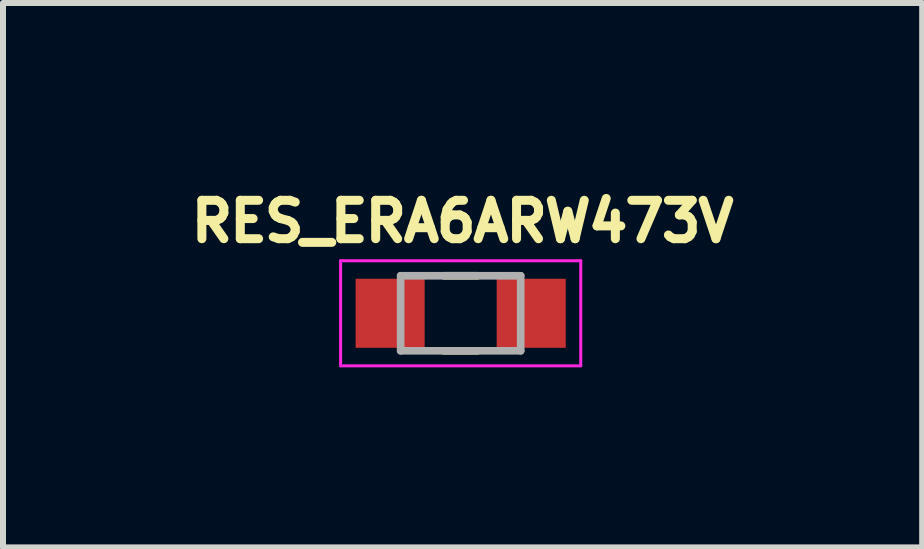
<source format=kicad_pcb>
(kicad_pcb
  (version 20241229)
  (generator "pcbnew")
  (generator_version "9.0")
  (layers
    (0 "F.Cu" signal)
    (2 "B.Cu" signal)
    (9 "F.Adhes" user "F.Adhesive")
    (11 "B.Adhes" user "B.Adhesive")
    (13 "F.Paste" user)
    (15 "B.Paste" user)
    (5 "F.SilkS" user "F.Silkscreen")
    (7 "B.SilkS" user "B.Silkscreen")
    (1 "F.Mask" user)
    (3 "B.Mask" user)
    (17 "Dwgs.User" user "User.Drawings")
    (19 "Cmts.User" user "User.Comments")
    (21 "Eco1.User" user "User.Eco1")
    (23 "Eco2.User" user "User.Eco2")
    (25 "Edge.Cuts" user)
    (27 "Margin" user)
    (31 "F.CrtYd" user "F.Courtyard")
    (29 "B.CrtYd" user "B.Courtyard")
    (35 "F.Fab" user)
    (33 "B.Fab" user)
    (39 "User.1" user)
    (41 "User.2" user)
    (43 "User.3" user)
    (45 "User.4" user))
  (footprint "RES_ERA6ARW473V"
    (layer "F.Cu")
    (at 4.624 2.169)
    (property "Reference" "RES_ERA6ARW473V" (at 0.032 -1.531 0) (layer "F.SilkS") (effects (font (size 0.64 0.64) (thickness 0.15))))
    (attr smd)
    (fp_line (start -0.28 -0.625) (end 0.28 -0.625) (stroke (width 0.127) (type solid)) (layer "F.SilkS"))
    (fp_line (start -0.28 0.625) (end 0.28 0.625) (stroke (width 0.127) (type solid)) (layer "F.SilkS"))
    (fp_line (start -2 -0.875) (end -2 0.875) (stroke (width 0.05) (type solid)) (layer "F.CrtYd"))
    (fp_line (start -2 0.875) (end 2 0.875) (stroke (width 0.05) (type solid)) (layer "F.CrtYd"))
    (fp_line (start 2 -0.875) (end -2 -0.875) (stroke (width 0.05) (type solid)) (layer "F.CrtYd"))
    (fp_line (start 2 0.875) (end 2 -0.875) (stroke (width 0.05) (type solid)) (layer "F.CrtYd"))
    (fp_line (start -1 -0.625) (end -1 0.625) (stroke (width 0.127) (type solid)) (layer "F.Fab"))
    (fp_line (start -1 -0.625) (end 1 -0.625) (stroke (width 0.127) (type solid)) (layer "F.Fab"))
    (fp_line (start -1 0.625) (end 1 0.625) (stroke (width 0.127) (type solid)) (layer "F.Fab"))
    (fp_line (start 1 -0.625) (end 1 0.625) (stroke (width 0.127) (type solid)) (layer "F.Fab"))
    (pad "1" smd rect (at -1.175 0) (size 1.15 1.15) (layers "F.Cu" "F.Mask" "F.Paste"))
    (pad "2" smd rect (at 1.175 0) (size 1.15 1.15) (layers "F.Cu" "F.Mask" "F.Paste")))
  (gr_rect
    (start -3 -3)
    (end 12.312 6.069)
    (stroke (width 0.1) (type default))
    (fill no)
    (layer "Edge.Cuts")))
</source>
